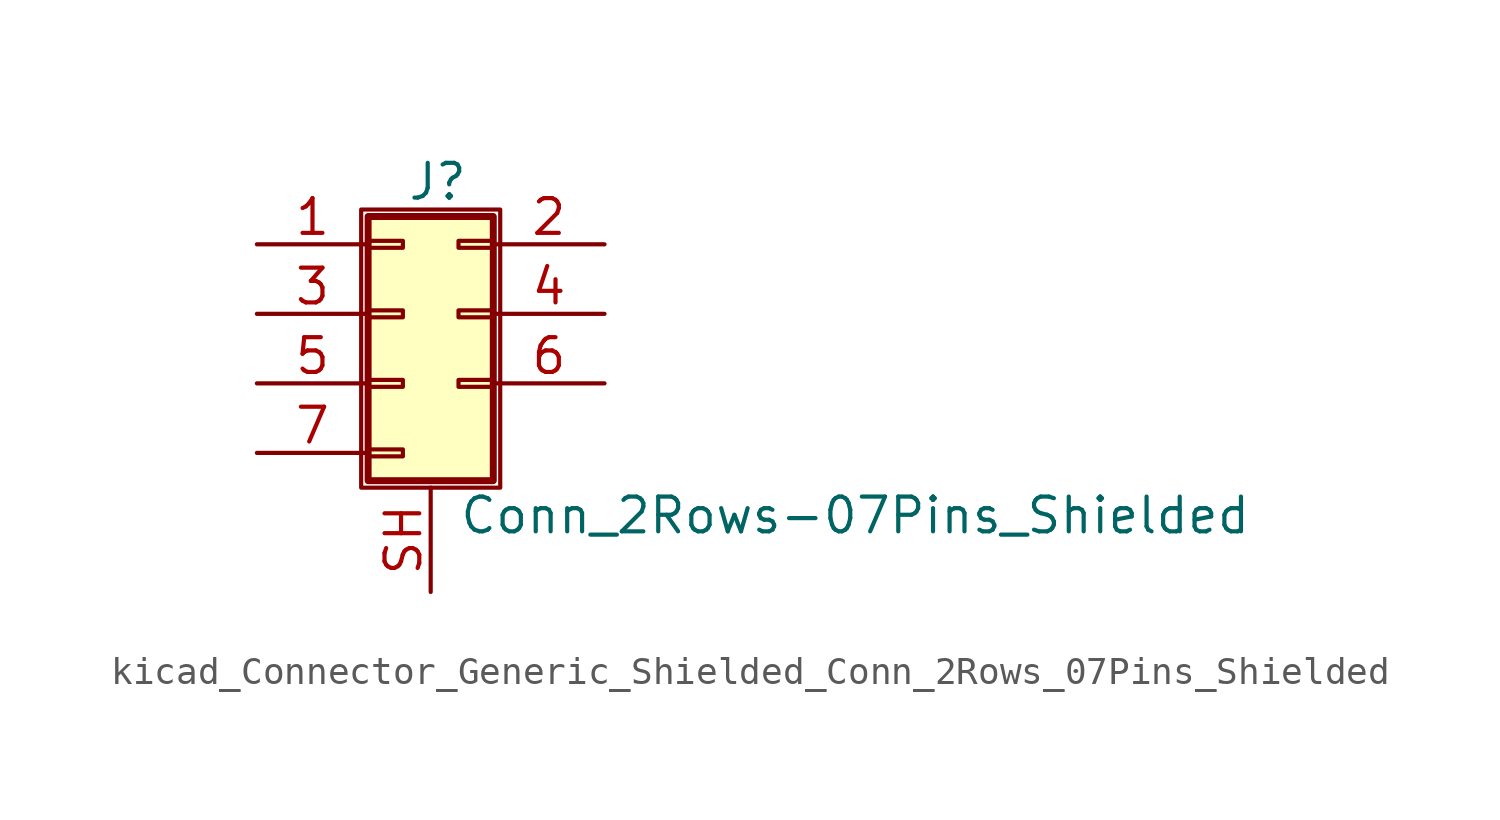
<source format=kicad_sym>
(kicad_symbol_lib
  (version 20220914)
  (generator kicad_symbol_editor)
  (symbol "kicad_Connector_Generic_Shielded_Conn_2Rows_07Pins_Shielded"
    (pin_names
      (offset 1.016) hide)
    (property "Reference" "J"
      (at 1.524 4.826 0)
      (effects (font (size 1.27 1.27))))
    (property "Value" "Conn_2Rows-07Pins_Shielded"
      (at 2.286 -7.366 0)
      (effects (font (size 1.27 1.27)) (justify left)))
    (symbol "kicad_Connector_Generic_Shielded_Conn_2Rows_07Pins_Shielded_1_1"
      (rectangle (start -1.27 3.81) (end 3.81 -6.35) (stroke (width 0.152) (type default)) (fill (type none)))
      (rectangle (start -1.016 -4.953) (end 0.254 -5.207) (stroke (width 0.152) (type default)) (fill (type none)))
      (rectangle (start -1.016 -2.413) (end 0.254 -2.667) (stroke (width 0.152) (type default)) (fill (type none)))
      (rectangle (start -1.016 0.127) (end 0.254 -0.127) (stroke (width 0.152) (type default)) (fill (type none)))
      (rectangle (start -1.016 2.667) (end 0.254 2.413) (stroke (width 0.152) (type default)) (fill (type none)))
      (rectangle (start -1.016 3.556) (end 3.556 -6.096) (stroke (width 0.254) (type default)) (fill (type background)))
      (rectangle (start 3.556 -2.413) (end 2.286 -2.667) (stroke (width 0.152) (type default)) (fill (type none)))
      (rectangle (start 3.556 0.127) (end 2.286 -0.127) (stroke (width 0.152) (type default)) (fill (type none)))
      (rectangle (start 3.556 2.667) (end 2.286 2.413) (stroke (width 0.152) (type default)) (fill (type none)))
      (pin passive line (at -5.08 2.54 0) (length 4.064) (name "Pin_1" (effects (font (size 1.27 1.27)))) (number "1" (effects (font (size 1.27 1.27)))))
      (pin passive line (at 7.62 2.54 180) (length 4.064) (name "Pin_2" (effects (font (size 1.27 1.27)))) (number "2" (effects (font (size 1.27 1.27)))))
      (pin passive line (at -5.08 0 0) (length 4.064) (name "Pin_3" (effects (font (size 1.27 1.27)))) (number "3" (effects (font (size 1.27 1.27)))))
      (pin passive line (at 7.62 0 180) (length 4.064) (name "Pin_4" (effects (font (size 1.27 1.27)))) (number "4" (effects (font (size 1.27 1.27)))))
      (pin passive line (at -5.08 -2.54 0) (length 4.064) (name "Pin_5" (effects (font (size 1.27 1.27)))) (number "5" (effects (font (size 1.27 1.27)))))
      (pin passive line (at 7.62 -2.54 180) (length 4.064) (name "Pin_6" (effects (font (size 1.27 1.27)))) (number "6" (effects (font (size 1.27 1.27)))))
      (pin passive line (at -5.08 -5.08 0) (length 4.064) (name "Pin_7" (effects (font (size 1.27 1.27)))) (number "7" (effects (font (size 1.27 1.27)))))
      (pin passive line (at 1.27 -10.16 90) (length 3.81) (name "Shield" (effects (font (size 1.27 1.27)))) (number "SH" (effects (font (size 1.27 1.27))))))))
</source>
